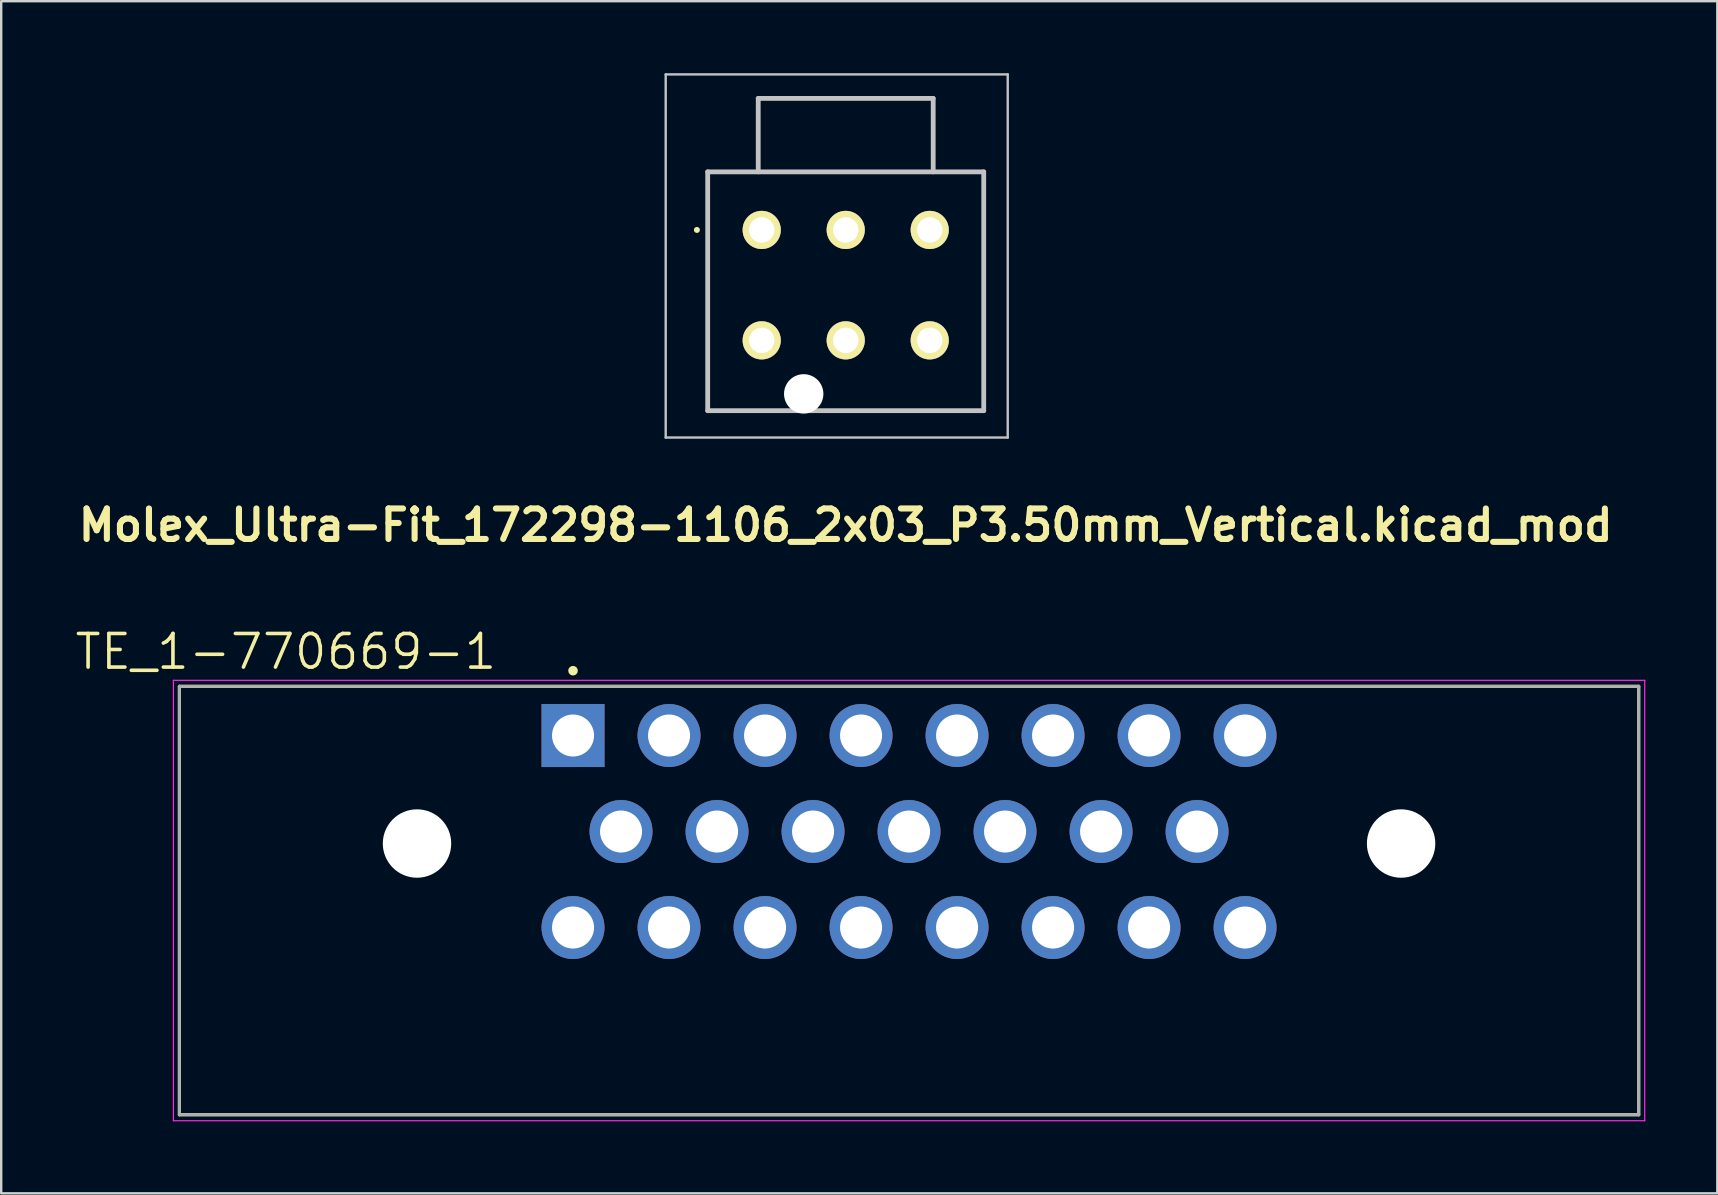
<source format=kicad_pcb>
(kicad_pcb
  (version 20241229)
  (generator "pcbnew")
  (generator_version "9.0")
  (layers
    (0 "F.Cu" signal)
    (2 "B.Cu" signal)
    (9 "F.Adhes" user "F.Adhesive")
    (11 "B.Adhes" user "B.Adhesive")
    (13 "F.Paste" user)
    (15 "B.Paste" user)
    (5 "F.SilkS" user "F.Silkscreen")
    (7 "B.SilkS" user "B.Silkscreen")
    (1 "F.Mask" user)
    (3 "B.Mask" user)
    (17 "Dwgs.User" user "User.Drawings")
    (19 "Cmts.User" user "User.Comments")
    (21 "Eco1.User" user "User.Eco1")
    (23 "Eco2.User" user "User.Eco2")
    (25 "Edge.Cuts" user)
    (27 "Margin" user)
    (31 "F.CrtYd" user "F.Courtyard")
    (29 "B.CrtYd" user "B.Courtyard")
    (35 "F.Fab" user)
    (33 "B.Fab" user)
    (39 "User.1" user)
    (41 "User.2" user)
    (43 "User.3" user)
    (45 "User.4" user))
  (footprint "Molex_Ultra-Fit_172298-1106_2x03_P3.50mm_Vertical.kicad_mod"
    (layer "F.Cu")
    (at 32.185 8.83)
    (property "Reference" "Molex_Ultra-Fit_172298-1106_2x03_P3.50mm_Vertical.kicad_mod" (at 0 10 0) (layer "F.SilkS") (effects (font (size 1.27 1.27) (thickness 0.254))))
    (attr through_hole)
    (fp_line (start -6.2 -2.3) (end -6.2 -2.3) (stroke (width 0.25) (type solid)) (layer "F.SilkS"))
    (fp_line (start -5.75 -4.72) (end -3.645 -4.72) (stroke (width 0.1) (type solid)) (layer "F.SilkS"))
    (fp_line (start -5.75 5.23) (end -5.75 -4.72) (stroke (width 0.1) (type solid)) (layer "F.SilkS"))
    (fp_line (start -3.645 -7.78) (end 3.645 -7.78) (stroke (width 0.1) (type solid)) (layer "F.SilkS"))
    (fp_line (start -3.645 -4.72) (end -3.645 -7.78) (stroke (width 0.1) (type solid)) (layer "F.SilkS"))
    (fp_line (start -3.5 5.23) (end -5.75 5.23) (stroke (width 0.1) (type solid)) (layer "F.SilkS"))
    (fp_line (start 3.645 -7.78) (end 3.645 -4.72) (stroke (width 0.1) (type solid)) (layer "F.SilkS"))
    (fp_line (start 3.645 -4.72) (end 5.745 -4.72) (stroke (width 0.1) (type solid)) (layer "F.SilkS"))
    (fp_line (start 5.75 -4.72) (end 5.75 5.23) (stroke (width 0.1) (type solid)) (layer "F.SilkS"))
    (fp_line (start 5.75 5.23) (end 0 5.23) (stroke (width 0.1) (type solid)) (layer "F.SilkS"))
    (fp_line (start -7.5 -8.78) (end 6.75 -8.78) (stroke (width 0.1) (type solid)) (layer "Dwgs.User"))
    (fp_line (start -7.5 6.35) (end -7.5 -8.78) (stroke (width 0.1) (type solid)) (layer "Dwgs.User"))
    (fp_line (start -5.75 -4.72) (end 5.75 -4.72) (stroke (width 0.2) (type solid)) (layer "Dwgs.User"))
    (fp_line (start -5.75 5.23) (end -5.75 -4.72) (stroke (width 0.2) (type solid)) (layer "Dwgs.User"))
    (fp_line (start -3.645 -7.78) (end 3.645 -7.78) (stroke (width 0.2) (type solid)) (layer "Dwgs.User"))
    (fp_line (start -3.645 -4.72) (end -3.645 -7.78) (stroke (width 0.2) (type solid)) (layer "Dwgs.User"))
    (fp_line (start 3.645 -7.78) (end 3.645 -4.72) (stroke (width 0.2) (type solid)) (layer "Dwgs.User"))
    (fp_line (start 5.75 -4.72) (end 5.75 5.23) (stroke (width 0.2) (type solid)) (layer "Dwgs.User"))
    (fp_line (start 5.75 5.23) (end -5.75 5.23) (stroke (width 0.2) (type solid)) (layer "Dwgs.User"))
    (fp_line (start 6.75 -8.78) (end 6.75 6.35) (stroke (width 0.1) (type solid)) (layer "Dwgs.User"))
    (fp_line (start 6.75 6.35) (end -7.5 6.35) (stroke (width 0.1) (type solid)) (layer "Dwgs.User"))
    (pad "" np_thru_hole circle (at -1.75 4.53 90) (size 1.64 1.64) (drill 1.64) (layers "*.Cu" "*.Mask"))
    (pad "1" thru_hole circle (at -3.5 -2.3 90) (size 1.59 1.59) (drill 1.06) (layers "*.Cu" "*.Mask" "F.SilkS"))
    (pad "2" thru_hole circle (at 0 -2.3 90) (size 1.59 1.59) (drill 1.06) (layers "*.Cu" "*.Mask" "F.SilkS"))
    (pad "3" thru_hole circle (at 3.5 -2.3 90) (size 1.59 1.59) (drill 1.06) (layers "*.Cu" "*.Mask" "F.SilkS"))
    (pad "4" thru_hole circle (at -3.5 2.3 90) (size 1.59 1.59) (drill 1.06) (layers "*.Cu" "*.Mask" "F.SilkS"))
    (pad "5" thru_hole circle (at 0 2.3 90) (size 1.59 1.59) (drill 1.06) (layers "*.Cu" "*.Mask" "F.SilkS"))
    (pad "6" thru_hole circle (at 3.5 2.3 90) (size 1.59 1.59) (drill 1.06) (layers "*.Cu" "*.Mask" "F.SilkS")))
  (footprint "TE_1-770669-1"
    (layer "F.Cu")
    (at 20.824 27.594)
    (property "Reference" "TE_1-770669-1" (at -11.965 -3.492 0) (layer "F.SilkS") (effects (font (size 1.401 1.401) (thickness 0.15))))
    (attr through_hole)
    (fp_line (start -16.4 -2.05) (end -16.4 15.8) (stroke (width 0.127) (type solid)) (layer "F.SilkS"))
    (fp_line (start 44.4 -2.05) (end -16.4 -2.05) (stroke (width 0.127) (type solid)) (layer "F.SilkS"))
    (fp_line (start 44.4 15.8) (end -16.4 15.8) (stroke (width 0.127) (type solid)) (layer "F.SilkS"))
    (fp_line (start 44.4 15.8) (end 44.4 -2.05) (stroke (width 0.127) (type solid)) (layer "F.SilkS"))
    (fp_circle (center 0 -2.7) (end 0.1 -2.7) (stroke (width 0.2) (type solid)) (fill no) (layer "F.SilkS"))
    (fp_line (start -16.65 -2.3) (end 44.65 -2.3) (stroke (width 0.05) (type solid)) (layer "F.CrtYd"))
    (fp_line (start -16.65 16.05) (end -16.65 -2.3) (stroke (width 0.05) (type solid)) (layer "F.CrtYd"))
    (fp_line (start 44.65 -2.3) (end 44.65 16.05) (stroke (width 0.05) (type solid)) (layer "F.CrtYd"))
    (fp_line (start 44.65 16.05) (end -16.65 16.05) (stroke (width 0.05) (type solid)) (layer "F.CrtYd"))
    (fp_line (start -16.4 -2.05) (end -16.4 15.8) (stroke (width 0.127) (type solid)) (layer "F.Fab"))
    (fp_line (start 44.4 -2.05) (end -16.4 -2.05) (stroke (width 0.127) (type solid)) (layer "F.Fab"))
    (fp_line (start 44.4 15.8) (end -16.4 15.8) (stroke (width 0.127) (type solid)) (layer "F.Fab"))
    (fp_line (start 44.4 15.8) (end 44.4 -2.05) (stroke (width 0.127) (type solid)) (layer "F.Fab"))
    (pad "" np_thru_hole circle (at -6.5 4.5) (size 2.85 2.85) (drill 2.85) (layers "*.Cu" "*.Mask"))
    (pad "" np_thru_hole circle (at 34.5 4.5) (size 2.85 2.85) (drill 2.85) (layers "*.Cu" "*.Mask"))
    (pad "1" thru_hole rect (at 0 0) (size 2.625 2.625) (drill 1.75) (layers "*.Cu" "*.Mask"))
    (pad "2" thru_hole circle (at 4 0) (size 2.625 2.625) (drill 1.75) (layers "*.Cu" "*.Mask"))
    (pad "3" thru_hole circle (at 8 0) (size 2.625 2.625) (drill 1.75) (layers "*.Cu" "*.Mask"))
    (pad "4" thru_hole circle (at 12 0) (size 2.625 2.625) (drill 1.75) (layers "*.Cu" "*.Mask"))
    (pad "5" thru_hole circle (at 16 0) (size 2.625 2.625) (drill 1.75) (layers "*.Cu" "*.Mask"))
    (pad "6" thru_hole circle (at 20 0) (size 2.625 2.625) (drill 1.75) (layers "*.Cu" "*.Mask"))
    (pad "7" thru_hole circle (at 24 0) (size 2.625 2.625) (drill 1.75) (layers "*.Cu" "*.Mask"))
    (pad "8" thru_hole circle (at 28 0) (size 2.625 2.625) (drill 1.75) (layers "*.Cu" "*.Mask"))
    (pad "9" thru_hole circle (at 2 4) (size 2.625 2.625) (drill 1.75) (layers "*.Cu" "*.Mask"))
    (pad "10" thru_hole circle (at 6 4) (size 2.625 2.625) (drill 1.75) (layers "*.Cu" "*.Mask"))
    (pad "11" thru_hole circle (at 10 4) (size 2.625 2.625) (drill 1.75) (layers "*.Cu" "*.Mask"))
    (pad "12" thru_hole circle (at 14 4) (size 2.625 2.625) (drill 1.75) (layers "*.Cu" "*.Mask"))
    (pad "13" thru_hole circle (at 18 4) (size 2.625 2.625) (drill 1.75) (layers "*.Cu" "*.Mask"))
    (pad "14" thru_hole circle (at 22 4) (size 2.625 2.625) (drill 1.75) (layers "*.Cu" "*.Mask"))
    (pad "15" thru_hole circle (at 26 4) (size 2.625 2.625) (drill 1.75) (layers "*.Cu" "*.Mask"))
    (pad "16" thru_hole circle (at 0 8) (size 2.625 2.625) (drill 1.75) (layers "*.Cu" "*.Mask"))
    (pad "17" thru_hole circle (at 4 8) (size 2.625 2.625) (drill 1.75) (layers "*.Cu" "*.Mask"))
    (pad "18" thru_hole circle (at 8 8) (size 2.625 2.625) (drill 1.75) (layers "*.Cu" "*.Mask"))
    (pad "19" thru_hole circle (at 12 8) (size 2.625 2.625) (drill 1.75) (layers "*.Cu" "*.Mask"))
    (pad "20" thru_hole circle (at 16 8) (size 2.625 2.625) (drill 1.75) (layers "*.Cu" "*.Mask"))
    (pad "21" thru_hole circle (at 20 8) (size 2.625 2.625) (drill 1.75) (layers "*.Cu" "*.Mask"))
    (pad "22" thru_hole circle (at 24 8) (size 2.625 2.625) (drill 1.75) (layers "*.Cu" "*.Mask"))
    (pad "23" thru_hole circle (at 28 8) (size 2.625 2.625) (drill 1.75) (layers "*.Cu" "*.Mask")))
  (gr_rect
    (start -3 -3)
    (end 68.499 46.669)
    (stroke (width 0.1) (type default))
    (fill no)
    (layer "Edge.Cuts")))
</source>
